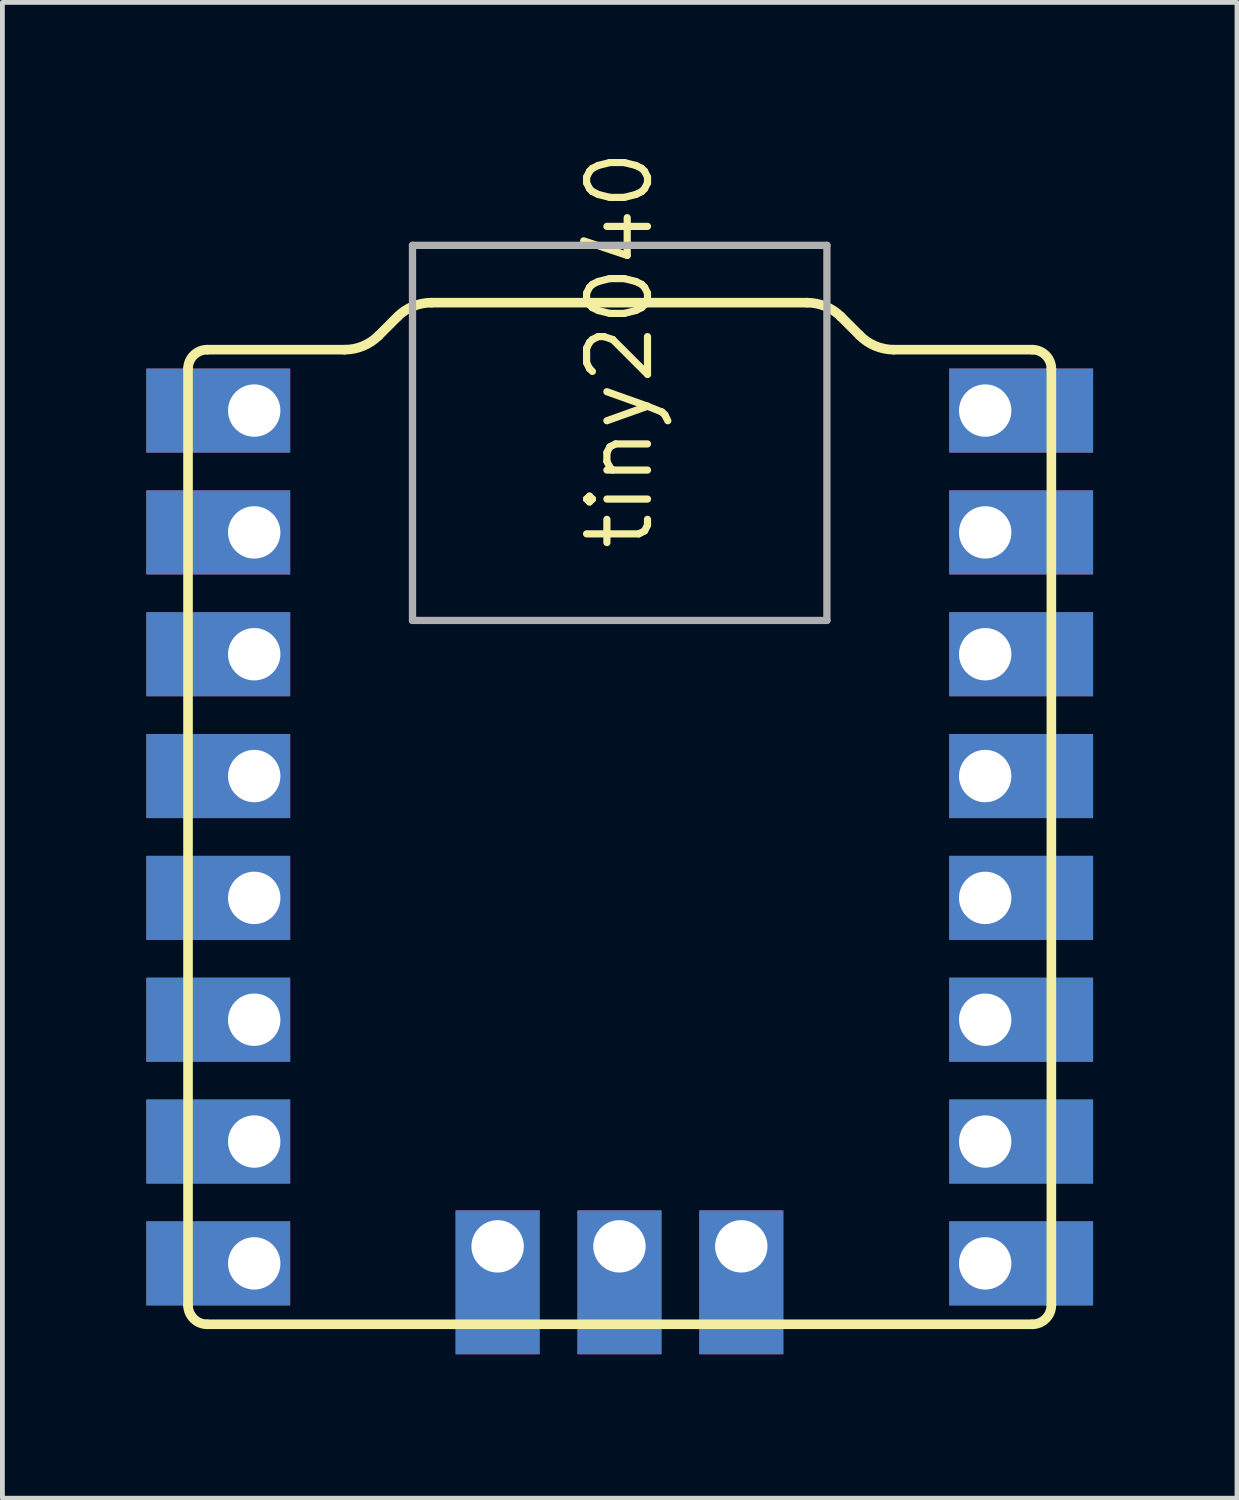
<source format=kicad_pcb>
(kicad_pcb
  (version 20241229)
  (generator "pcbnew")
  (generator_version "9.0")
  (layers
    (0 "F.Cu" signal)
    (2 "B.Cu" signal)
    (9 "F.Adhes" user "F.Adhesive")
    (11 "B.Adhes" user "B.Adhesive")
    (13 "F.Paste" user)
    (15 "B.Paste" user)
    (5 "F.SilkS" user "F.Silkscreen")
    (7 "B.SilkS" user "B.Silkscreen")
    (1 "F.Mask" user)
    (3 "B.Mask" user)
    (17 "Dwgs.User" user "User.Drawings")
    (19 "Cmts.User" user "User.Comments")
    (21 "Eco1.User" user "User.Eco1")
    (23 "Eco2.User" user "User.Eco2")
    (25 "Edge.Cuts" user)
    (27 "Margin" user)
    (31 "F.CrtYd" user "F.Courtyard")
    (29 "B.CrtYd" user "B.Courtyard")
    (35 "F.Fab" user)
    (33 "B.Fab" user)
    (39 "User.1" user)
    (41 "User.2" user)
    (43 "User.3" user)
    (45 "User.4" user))
  (footprint "tiny2040"
    (layer "F.Cu")
    (at 0.87 13.158)
    (property "Reference" "tiny2040" (at 9 -8.918 270) (layer "F.SilkS") (effects (font (size 1.27 1.27) (thickness 0.15))))
    (fp_line (start 0 11.002) (end 0 -8.518) (stroke (width 0.2) (type solid)) (layer "F.SilkS"))
    (fp_line (start 0.4 -8.918) (end 3.266 -8.918) (stroke (width 0.2) (type solid)) (layer "F.SilkS"))
    (fp_line (start 0.4 11.402) (end 17.6 11.402) (stroke (width 0.2) (type solid)) (layer "F.SilkS"))
    (fp_line (start 3.973 -9.211) (end 4.367 -9.605) (stroke (width 0.2) (type solid)) (layer "F.SilkS"))
    (fp_line (start 5.074 -9.898) (end 12.906 -9.898) (stroke (width 0.2) (type solid)) (layer "F.SilkS"))
    (fp_line (start 13.613 -9.605) (end 14.007 -9.211) (stroke (width 0.2) (type solid)) (layer "F.SilkS"))
    (fp_line (start 14.714 -8.918) (end 17.6 -8.918) (stroke (width 0.2) (type solid)) (layer "F.SilkS"))
    (fp_line (start 18 -8.518) (end 18 11.002) (stroke (width 0.2) (type solid)) (layer "F.SilkS"))
    (fp_arc (start 0 -8.517619) (mid 0.117157 -8.800462) (end 0.4 -8.917619) (stroke (width 0.2) (type solid)) (layer "F.SilkS"))
    (fp_arc (start 0.4 11.402381) (mid 0.117157 11.285224) (end 0 11.002381) (stroke (width 0.2) (type solid)) (layer "F.SilkS"))
    (fp_arc (start 3.972893 -9.210512) (mid 3.64847 -8.99374) (end 3.265788 -8.917619) (stroke (width 0.2) (type solid)) (layer "F.SilkS"))
    (fp_arc (start 4.367107 -9.604725) (mid 4.69153 -9.821498) (end 5.074213 -9.89762) (stroke (width 0.2) (type solid)) (layer "F.SilkS"))
    (fp_arc (start 12.905787 -9.897619) (mid 13.28847 -9.821498) (end 13.612892 -9.604725) (stroke (width 0.2) (type solid)) (layer "F.SilkS"))
    (fp_arc (start 14.714211 -8.917619) (mid 14.331529 -8.99374) (end 14.007106 -9.210512) (stroke (width 0.2) (type solid)) (layer "F.SilkS"))
    (fp_arc (start 17.6 -8.917619) (mid 17.882843 -8.800462) (end 18 -8.517619) (stroke (width 0.2) (type solid)) (layer "F.SilkS"))
    (fp_arc (start 18 11.002381) (mid 17.882843 11.285224) (end 17.6 11.402381) (stroke (width 0.2) (type solid)) (layer "F.SilkS"))
    (fp_line (start 2.7 7.702) (end 2.73 -8.248) (stroke (width 0.1) (type solid)) (layer "Eco1.User"))
    (fp_line (start 14.3 8.702) (end 3.7 8.702) (stroke (width 0.1) (type solid)) (layer "Eco1.User"))
    (fp_line (start 15.305 -8.248) (end 15.3 7.702) (stroke (width 0.1) (type solid)) (layer "Eco1.User"))
    (fp_arc (start 3.7 8.702381) (mid 2.992891 8.40949) (end 2.7 7.702381) (stroke (width 0.1) (type solid)) (layer "Eco1.User"))
    (fp_arc (start 15.3 7.702381) (mid 15.007113 8.4095) (end 14.3 8.7024) (stroke (width 0.1) (type solid)) (layer "Eco1.User"))
    (fp_line (start 4.68 -3.273) (end 4.68 -11.093) (stroke (width 0.152) (type solid)) (layer "F.Fab"))
    (fp_line (start 4.68 -3.273) (end 4.68 -5.363) (stroke (width 0.01) (type solid)) (layer "F.Fab"))
    (fp_line (start 4.68 -3.263) (end 4.68 -3.273) (stroke (width 0.01) (type solid)) (layer "F.Fab"))
    (fp_line (start 13.32 -11.093) (end 4.68 -11.093) (stroke (width 0.152) (type solid)) (layer "F.Fab"))
    (fp_line (start 13.32 -11.093) (end 13.32 -3.273) (stroke (width 0.152) (type solid)) (layer "F.Fab"))
    (fp_line (start 13.32 -7.693) (end 13.32 -9.293) (stroke (width 0.01) (type solid)) (layer "F.Fab"))
    (fp_line (start 13.32 -3.273) (end 4.68 -3.273) (stroke (width 0.152) (type solid)) (layer "F.Fab"))
    (fp_line (start 13.32 -3.273) (end 13.32 -5.363) (stroke (width 0.01) (type solid)) (layer "F.Fab"))
    (fp_line (start 13.32 -3.263) (end 13.32 -3.273) (stroke (width 0.01) (type solid)) (layer "F.Fab"))
    (pad "1" thru_hole rect (at 1.38 -7.648 180) (size 3 1.753) (drill 1.092 (offset 0.75 0)) (layers "*.Cu" "*.Mask"))
    (pad "2" thru_hole rect (at 1.38 -5.108 180) (size 3 1.753) (drill 1.092 (offset 0.75 0)) (layers "*.Cu" "*.Mask"))
    (pad "3" thru_hole rect (at 1.38 -2.568 180) (size 3 1.753) (drill 1.092 (offset 0.75 0)) (layers "*.Cu" "*.Mask"))
    (pad "4" thru_hole rect (at 1.38 -0.028 180) (size 3 1.753) (drill 1.092 (offset 0.75 0)) (layers "*.Cu" "*.Mask"))
    (pad "5" thru_hole rect (at 1.38 2.512 180) (size 3 1.753) (drill 1.092 (offset 0.75 0)) (layers "*.Cu" "*.Mask"))
    (pad "6" thru_hole rect (at 1.38 5.052 180) (size 3 1.753) (drill 1.092 (offset 0.75 0)) (layers "*.Cu" "*.Mask"))
    (pad "7" thru_hole rect (at 1.38 7.592 180) (size 3 1.753) (drill 1.092 (offset 0.75 0)) (layers "*.Cu" "*.Mask"))
    (pad "8" thru_hole rect (at 1.38 10.132 180) (size 3 1.753) (drill 1.092 (offset 0.75 0)) (layers "*.Cu" "*.Mask"))
    (pad "9" thru_hole rect (at 16.62 10.132) (size 3 1.753) (drill 1.092 (offset 0.75 0)) (layers "*.Cu" "*.Mask"))
    (pad "10" thru_hole rect (at 16.62 7.592) (size 3 1.753) (drill 1.092 (offset 0.75 0)) (layers "*.Cu" "*.Mask"))
    (pad "11" thru_hole rect (at 16.62 5.052) (size 3 1.753) (drill 1.092 (offset 0.75 0)) (layers "*.Cu" "*.Mask"))
    (pad "12" thru_hole rect (at 16.62 2.512) (size 3 1.753) (drill 1.092 (offset 0.75 0)) (layers "*.Cu" "*.Mask"))
    (pad "13" thru_hole rect (at 16.62 -0.028) (size 3 1.753) (drill 1.092 (offset 0.75 0)) (layers "*.Cu" "*.Mask"))
    (pad "14" thru_hole rect (at 16.62 -2.568) (size 3 1.753) (drill 1.092 (offset 0.75 0)) (layers "*.Cu" "*.Mask"))
    (pad "15" thru_hole rect (at 16.62 -5.108) (size 3 1.753) (drill 1.092 (offset 0.75 0)) (layers "*.Cu" "*.Mask"))
    (pad "16" thru_hole rect (at 16.62 -7.648) (size 3 1.753) (drill 1.092 (offset 0.75 0)) (layers "*.Cu" "*.Mask"))
    (pad "17" thru_hole rect (at 6.455 9.777 270) (size 3 1.753) (drill 1.092 (offset 0.75 0)) (layers "*.Cu" "*.Mask"))
    (pad "18" thru_hole rect (at 8.995 9.777 270) (size 3 1.753) (drill 1.092 (offset 0.75 0)) (layers "*.Cu" "*.Mask"))
    (pad "19" thru_hole rect (at 11.535 9.777 270) (size 3 1.753) (drill 1.092 (offset 0.75 0)) (layers "*.Cu" "*.Mask"))
    (zone (net_name "") (layer "F.Cu") (hatch edge 0.508) (connect_pads) (min_thickness 0.254) (filled_areas_thickness no) (keepout (tracks not_allowed) (vias not_allowed) (pads not_allowed) (copperpour not_allowed) (footprints allowed)) (placement (enabled no)) (fill) (polygon (pts (xy 3.47 21.641) (xy 3.47 24.241) (xy 6.07 24.241) (xy 6.07 21.641))))
    (zone (net_name "") (layer "F.Cu") (hatch edge 0.508) (connect_pads) (min_thickness 0.254) (filled_areas_thickness no) (keepout (tracks not_allowed) (vias not_allowed) (pads not_allowed) (copperpour not_allowed) (footprints allowed)) (placement (enabled no)) (fill) (polygon (pts (xy 13.67 21.641) (xy 13.67 24.241) (xy 16.27 24.241) (xy 16.27 21.641)))))
  (gr_rect
    (start -3 -3)
    (end 22.74 28.186)
    (stroke (width 0.1) (type default))
    (fill no)
    (layer "Edge.Cuts")))
</source>
